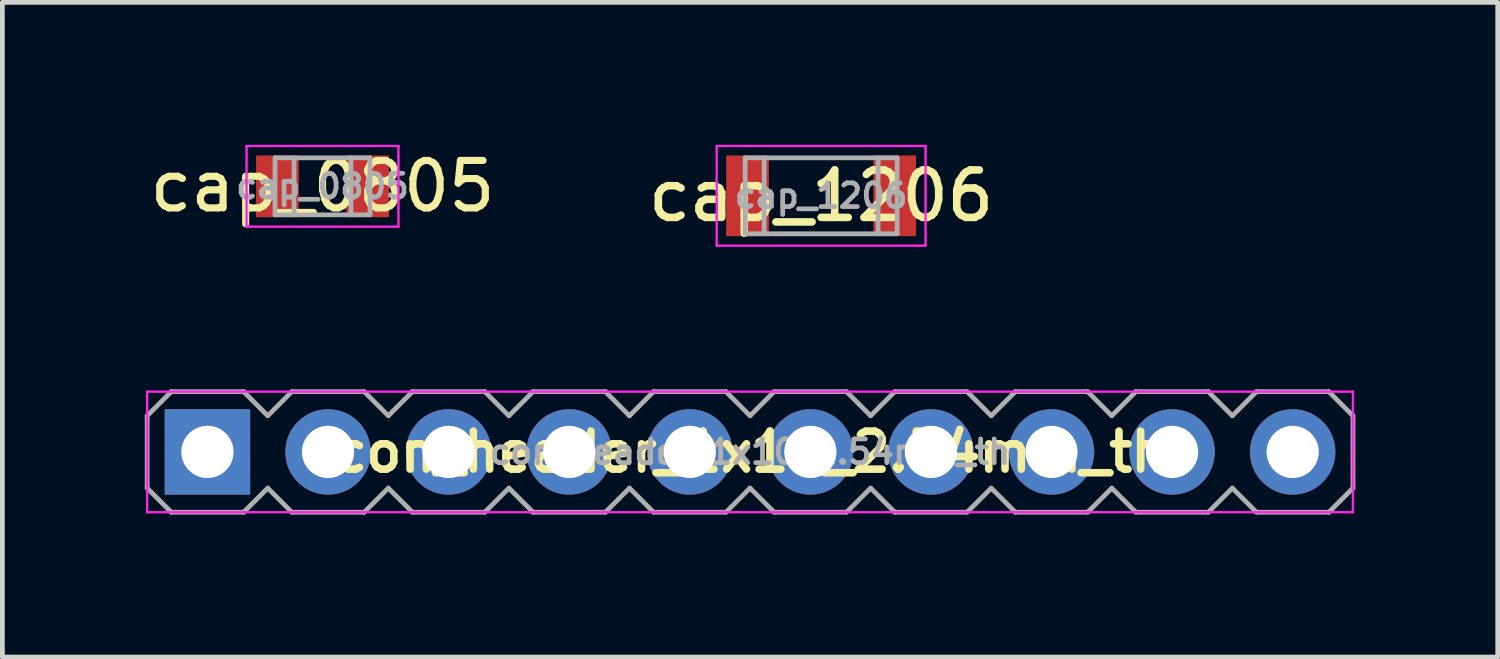
<source format=kicad_pcb>
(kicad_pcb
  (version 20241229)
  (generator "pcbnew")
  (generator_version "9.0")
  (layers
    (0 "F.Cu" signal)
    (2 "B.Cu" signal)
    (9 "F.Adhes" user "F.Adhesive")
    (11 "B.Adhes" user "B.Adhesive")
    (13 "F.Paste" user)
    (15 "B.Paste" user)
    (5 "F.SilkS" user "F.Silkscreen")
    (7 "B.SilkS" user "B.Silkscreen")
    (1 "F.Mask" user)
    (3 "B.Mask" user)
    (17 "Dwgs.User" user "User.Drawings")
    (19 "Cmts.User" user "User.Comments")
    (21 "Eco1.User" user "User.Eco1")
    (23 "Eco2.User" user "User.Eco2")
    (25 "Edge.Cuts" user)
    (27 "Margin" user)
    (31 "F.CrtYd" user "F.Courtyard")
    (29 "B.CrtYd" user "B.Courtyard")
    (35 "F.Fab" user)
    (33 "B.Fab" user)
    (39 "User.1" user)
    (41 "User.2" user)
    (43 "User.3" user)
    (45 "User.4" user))
  (footprint "cap_0805"
    (layer "F.Cu")
    (at 3.744 0.875)
    (property "Reference" "cap_0805" (at 0 0 0) (layer "F.SilkS") (effects (font (size 1 1) (thickness 0.15))))
    (attr smd)
    (fp_line (start -1.6 -0.85) (end 1.6 -0.85) (stroke (width 0.05) (type solid)) (layer "F.CrtYd"))
    (fp_line (start -1.6 0.85) (end -1.6 -0.85) (stroke (width 0.05) (type solid)) (layer "F.CrtYd"))
    (fp_line (start 1.6 -0.85) (end 1.6 0.85) (stroke (width 0.05) (type solid)) (layer "F.CrtYd"))
    (fp_line (start 1.6 0.85) (end -1.6 0.85) (stroke (width 0.05) (type solid)) (layer "F.CrtYd"))
    (fp_line (start -1 -0.6) (end -1 0.6) (stroke (width 0.1) (type solid)) (layer "F.Fab"))
    (fp_line (start -1 0.6) (end 1 0.6) (stroke (width 0.1) (type solid)) (layer "F.Fab"))
    (fp_line (start -0.6 -0.6) (end -0.6 0.6) (stroke (width 0.1) (type solid)) (layer "F.Fab"))
    (fp_line (start 0.6 -0.6) (end 0.6 0.6) (stroke (width 0.1) (type solid)) (layer "F.Fab"))
    (fp_line (start 1 -0.6) (end -1 -0.6) (stroke (width 0.1) (type solid)) (layer "F.Fab"))
    (fp_line (start 1 0.6) (end 1 -0.6) (stroke (width 0.1) (type solid)) (layer "F.Fab"))
    (fp_text user "${REFERENCE}" (at 0 0 0) (layer "F.Fab") (effects (font (size 0.5 0.5) (thickness 0.1))))
    (pad "1" smd rect (at -0.95 0) (size 0.9 1.3) (layers "F.Cu" "F.Mask" "F.Paste"))
    (pad "2" smd rect (at 0.95 0) (size 0.9 1.3) (layers "F.Cu" "F.Mask" "F.Paste")))
  (footprint "con_header_1x10_2.54mm_th"
    (layer "F.Cu")
    (at 1.32 6.47)
    (property "Reference" "con_header_1x10_2.54mm_th" (at 11.43 0 0) (layer "F.SilkS") (effects (font (size 0.8 0.8) (thickness 0.16))))
    (attr through_hole exclude_from_pos_files)
    (fp_line (start -1.27 -1.27) (end -1.27 1.27) (stroke (width 0.05) (type solid)) (layer "F.CrtYd"))
    (fp_line (start -1.27 1.27) (end 24.13 1.27) (stroke (width 0.05) (type solid)) (layer "F.CrtYd"))
    (fp_line (start 24.13 -1.27) (end -1.27 -1.27) (stroke (width 0.05) (type solid)) (layer "F.CrtYd"))
    (fp_line (start 24.13 1.27) (end 24.13 -1.27) (stroke (width 0.05) (type solid)) (layer "F.CrtYd"))
    (fp_line (start -1.27 0.762) (end -1.27 -0.762) (stroke (width 0.1) (type solid)) (layer "F.Fab"))
    (fp_line (start -1.27 0.762) (end -0.762 1.27) (stroke (width 0.1) (type solid)) (layer "F.Fab"))
    (fp_line (start -0.762 -1.27) (end -1.27 -0.762) (stroke (width 0.1) (type solid)) (layer "F.Fab"))
    (fp_line (start -0.762 -1.27) (end 0.762 -1.27) (stroke (width 0.1) (type solid)) (layer "F.Fab"))
    (fp_line (start 0.762 1.27) (end -0.762 1.27) (stroke (width 0.1) (type solid)) (layer "F.Fab"))
    (fp_line (start 1.27 -0.762) (end 0.762 -1.27) (stroke (width 0.1) (type solid)) (layer "F.Fab"))
    (fp_line (start 1.27 -0.762) (end 1.778 -1.27) (stroke (width 0.1) (type solid)) (layer "F.Fab"))
    (fp_line (start 1.27 0.762) (end 0.762 1.27) (stroke (width 0.1) (type solid)) (layer "F.Fab"))
    (fp_line (start 1.27 0.762) (end 1.778 1.27) (stroke (width 0.1) (type solid)) (layer "F.Fab"))
    (fp_line (start 1.778 -1.27) (end 3.302 -1.27) (stroke (width 0.1) (type solid)) (layer "F.Fab"))
    (fp_line (start 3.302 1.27) (end 1.778 1.27) (stroke (width 0.1) (type solid)) (layer "F.Fab"))
    (fp_line (start 3.302 1.27) (end 3.81 0.762) (stroke (width 0.1) (type solid)) (layer "F.Fab"))
    (fp_line (start 3.81 -0.762) (end 3.302 -1.27) (stroke (width 0.1) (type solid)) (layer "F.Fab"))
    (fp_line (start 3.81 -0.762) (end 4.318 -1.27) (stroke (width 0.1) (type solid)) (layer "F.Fab"))
    (fp_line (start 3.81 0.762) (end 4.318 1.27) (stroke (width 0.1) (type solid)) (layer "F.Fab"))
    (fp_line (start 4.318 -1.27) (end 5.842 -1.27) (stroke (width 0.1) (type solid)) (layer "F.Fab"))
    (fp_line (start 5.842 1.27) (end 4.318 1.27) (stroke (width 0.1) (type solid)) (layer "F.Fab"))
    (fp_line (start 5.842 1.27) (end 6.35 0.762) (stroke (width 0.1) (type solid)) (layer "F.Fab"))
    (fp_line (start 6.35 -0.762) (end 5.842 -1.27) (stroke (width 0.1) (type solid)) (layer "F.Fab"))
    (fp_line (start 6.35 -0.762) (end 6.858 -1.27) (stroke (width 0.1) (type solid)) (layer "F.Fab"))
    (fp_line (start 6.35 0.762) (end 6.858 1.27) (stroke (width 0.1) (type solid)) (layer "F.Fab"))
    (fp_line (start 8.382 -1.27) (end 6.858 -1.27) (stroke (width 0.1) (type solid)) (layer "F.Fab"))
    (fp_line (start 8.382 -1.27) (end 8.89 -0.762) (stroke (width 0.1) (type solid)) (layer "F.Fab"))
    (fp_line (start 8.382 1.27) (end 6.858 1.27) (stroke (width 0.1) (type solid)) (layer "F.Fab"))
    (fp_line (start 8.382 1.27) (end 8.89 0.762) (stroke (width 0.1) (type solid)) (layer "F.Fab"))
    (fp_line (start 8.89 -0.762) (end 9.398 -1.27) (stroke (width 0.1) (type solid)) (layer "F.Fab"))
    (fp_line (start 8.89 0.762) (end 9.398 1.27) (stroke (width 0.1) (type solid)) (layer "F.Fab"))
    (fp_line (start 10.922 -1.27) (end 9.398 -1.27) (stroke (width 0.1) (type solid)) (layer "F.Fab"))
    (fp_line (start 10.922 -1.27) (end 11.43 -0.762) (stroke (width 0.1) (type solid)) (layer "F.Fab"))
    (fp_line (start 10.922 1.27) (end 9.398 1.27) (stroke (width 0.1) (type solid)) (layer "F.Fab"))
    (fp_line (start 10.922 1.27) (end 11.43 0.762) (stroke (width 0.1) (type solid)) (layer "F.Fab"))
    (fp_line (start 11.43 -0.762) (end 11.938 -1.27) (stroke (width 0.1) (type solid)) (layer "F.Fab"))
    (fp_line (start 11.43 0.762) (end 11.938 1.27) (stroke (width 0.1) (type solid)) (layer "F.Fab"))
    (fp_line (start 13.462 -1.27) (end 11.938 -1.27) (stroke (width 0.1) (type solid)) (layer "F.Fab"))
    (fp_line (start 13.462 -1.27) (end 13.97 -0.762) (stroke (width 0.1) (type solid)) (layer "F.Fab"))
    (fp_line (start 13.462 1.27) (end 11.938 1.27) (stroke (width 0.1) (type solid)) (layer "F.Fab"))
    (fp_line (start 13.462 1.27) (end 13.97 0.762) (stroke (width 0.1) (type solid)) (layer "F.Fab"))
    (fp_line (start 13.97 -0.762) (end 14.478 -1.27) (stroke (width 0.1) (type solid)) (layer "F.Fab"))
    (fp_line (start 13.97 0.762) (end 14.478 1.27) (stroke (width 0.1) (type solid)) (layer "F.Fab"))
    (fp_line (start 16.002 -1.27) (end 14.478 -1.27) (stroke (width 0.1) (type solid)) (layer "F.Fab"))
    (fp_line (start 16.002 -1.27) (end 16.51 -0.762) (stroke (width 0.1) (type solid)) (layer "F.Fab"))
    (fp_line (start 16.002 1.27) (end 14.478 1.27) (stroke (width 0.1) (type solid)) (layer "F.Fab"))
    (fp_line (start 16.002 1.27) (end 16.51 0.762) (stroke (width 0.1) (type solid)) (layer "F.Fab"))
    (fp_line (start 16.51 -0.762) (end 17.018 -1.27) (stroke (width 0.1) (type solid)) (layer "F.Fab"))
    (fp_line (start 16.51 0.762) (end 17.018 1.27) (stroke (width 0.1) (type solid)) (layer "F.Fab"))
    (fp_line (start 18.542 -1.27) (end 17.018 -1.27) (stroke (width 0.1) (type solid)) (layer "F.Fab"))
    (fp_line (start 18.542 -1.27) (end 19.05 -0.762) (stroke (width 0.1) (type solid)) (layer "F.Fab"))
    (fp_line (start 18.542 1.27) (end 17.018 1.27) (stroke (width 0.1) (type solid)) (layer "F.Fab"))
    (fp_line (start 18.542 1.27) (end 19.05 0.762) (stroke (width 0.1) (type solid)) (layer "F.Fab"))
    (fp_line (start 19.05 -0.762) (end 19.558 -1.27) (stroke (width 0.1) (type solid)) (layer "F.Fab"))
    (fp_line (start 19.05 0.762) (end 19.558 1.27) (stroke (width 0.1) (type solid)) (layer "F.Fab"))
    (fp_line (start 21.082 -1.27) (end 19.558 -1.27) (stroke (width 0.1) (type solid)) (layer "F.Fab"))
    (fp_line (start 21.082 -1.27) (end 21.59 -0.762) (stroke (width 0.1) (type solid)) (layer "F.Fab"))
    (fp_line (start 21.082 1.27) (end 19.558 1.27) (stroke (width 0.1) (type solid)) (layer "F.Fab"))
    (fp_line (start 21.082 1.27) (end 21.59 0.762) (stroke (width 0.1) (type solid)) (layer "F.Fab"))
    (fp_line (start 21.59 -0.762) (end 22.098 -1.27) (stroke (width 0.1) (type solid)) (layer "F.Fab"))
    (fp_line (start 21.59 0.762) (end 22.098 1.27) (stroke (width 0.1) (type solid)) (layer "F.Fab"))
    (fp_line (start 23.622 -1.27) (end 22.098 -1.27) (stroke (width 0.1) (type solid)) (layer "F.Fab"))
    (fp_line (start 23.622 -1.27) (end 24.13 -0.762) (stroke (width 0.1) (type solid)) (layer "F.Fab"))
    (fp_line (start 23.622 1.27) (end 22.098 1.27) (stroke (width 0.1) (type solid)) (layer "F.Fab"))
    (fp_line (start 23.622 1.27) (end 24.13 0.762) (stroke (width 0.1) (type solid)) (layer "F.Fab"))
    (fp_line (start 24.13 0.762) (end 24.13 -0.762) (stroke (width 0.1) (type solid)) (layer "F.Fab"))
    (fp_text user "${REFERENCE}" (at 11.43 0 0) (layer "F.Fab") (effects (font (size 0.5 0.5) (thickness 0.1))))
    (pad "1" thru_hole rect (at 0 0) (size 1.8 1.8) (drill 1.1) (layers "*.Cu" "*.Mask"))
    (pad "2" thru_hole circle (at 2.54 0) (size 1.8 1.8) (drill 1.1) (layers "*.Cu" "*.Mask"))
    (pad "3" thru_hole circle (at 5.08 0) (size 1.8 1.8) (drill 1.1) (layers "*.Cu" "*.Mask"))
    (pad "4" thru_hole circle (at 7.62 0) (size 1.8 1.8) (drill 1.1) (layers "*.Cu" "*.Mask"))
    (pad "5" thru_hole circle (at 10.16 0) (size 1.8 1.8) (drill 1.1) (layers "*.Cu" "*.Mask"))
    (pad "6" thru_hole circle (at 12.7 0) (size 1.8 1.8) (drill 1.1) (layers "*.Cu" "*.Mask"))
    (pad "7" thru_hole circle (at 15.24 0) (size 1.8 1.8) (drill 1.1) (layers "*.Cu" "*.Mask"))
    (pad "8" thru_hole circle (at 17.78 0) (size 1.8 1.8) (drill 1.1) (layers "*.Cu" "*.Mask"))
    (pad "9" thru_hole circle (at 20.32 0) (size 1.8 1.8) (drill 1.1) (layers "*.Cu" "*.Mask"))
    (pad "10" thru_hole circle (at 22.86 0) (size 1.8 1.8) (drill 1.1) (layers "*.Cu" "*.Mask")))
  (footprint "cap_1206"
    (layer "F.Cu")
    (at 14.247 1.075)
    (property "Reference" "cap_1206" (at 0 0 0) (layer "F.SilkS") (effects (font (size 1 1) (thickness 0.16))))
    (attr smd)
    (fp_line (start -2.2 -1.05) (end 2.2 -1.05) (stroke (width 0.05) (type solid)) (layer "F.CrtYd"))
    (fp_line (start -2.2 1.05) (end -2.2 -1.05) (stroke (width 0.05) (type solid)) (layer "F.CrtYd"))
    (fp_line (start 2.2 -1.05) (end 2.2 1.05) (stroke (width 0.05) (type solid)) (layer "F.CrtYd"))
    (fp_line (start 2.2 1.05) (end -2.2 1.05) (stroke (width 0.05) (type solid)) (layer "F.CrtYd"))
    (fp_line (start -1.6 -0.8) (end 1.6 -0.8) (stroke (width 0.1) (type solid)) (layer "F.Fab"))
    (fp_line (start -1.6 0.8) (end -1.6 -0.8) (stroke (width 0.1) (type solid)) (layer "F.Fab"))
    (fp_line (start -1.2 -0.8) (end -1.2 0.8) (stroke (width 0.1) (type solid)) (layer "F.Fab"))
    (fp_line (start 1.2 -0.8) (end 1.2 0.8) (stroke (width 0.1) (type solid)) (layer "F.Fab"))
    (fp_line (start 1.6 -0.8) (end 1.6 0.8) (stroke (width 0.1) (type solid)) (layer "F.Fab"))
    (fp_line (start 1.6 0.8) (end -1.6 0.8) (stroke (width 0.1) (type solid)) (layer "F.Fab"))
    (fp_text user "${REFERENCE}" (at 0 0 0) (layer "F.Fab") (effects (font (size 0.5 0.5) (thickness 0.1))))
    (pad "1" smd rect (at -1.55 0) (size 0.9 1.7) (layers "F.Cu" "F.Mask" "F.Paste"))
    (pad "2" smd rect (at 1.55 0) (size 0.9 1.7) (layers "F.Cu" "F.Mask" "F.Paste")))
  (gr_rect
    (start -3 -3)
    (end 28.5 10.79)
    (stroke (width 0.1) (type default))
    (fill no)
    (layer "Edge.Cuts")))
</source>
